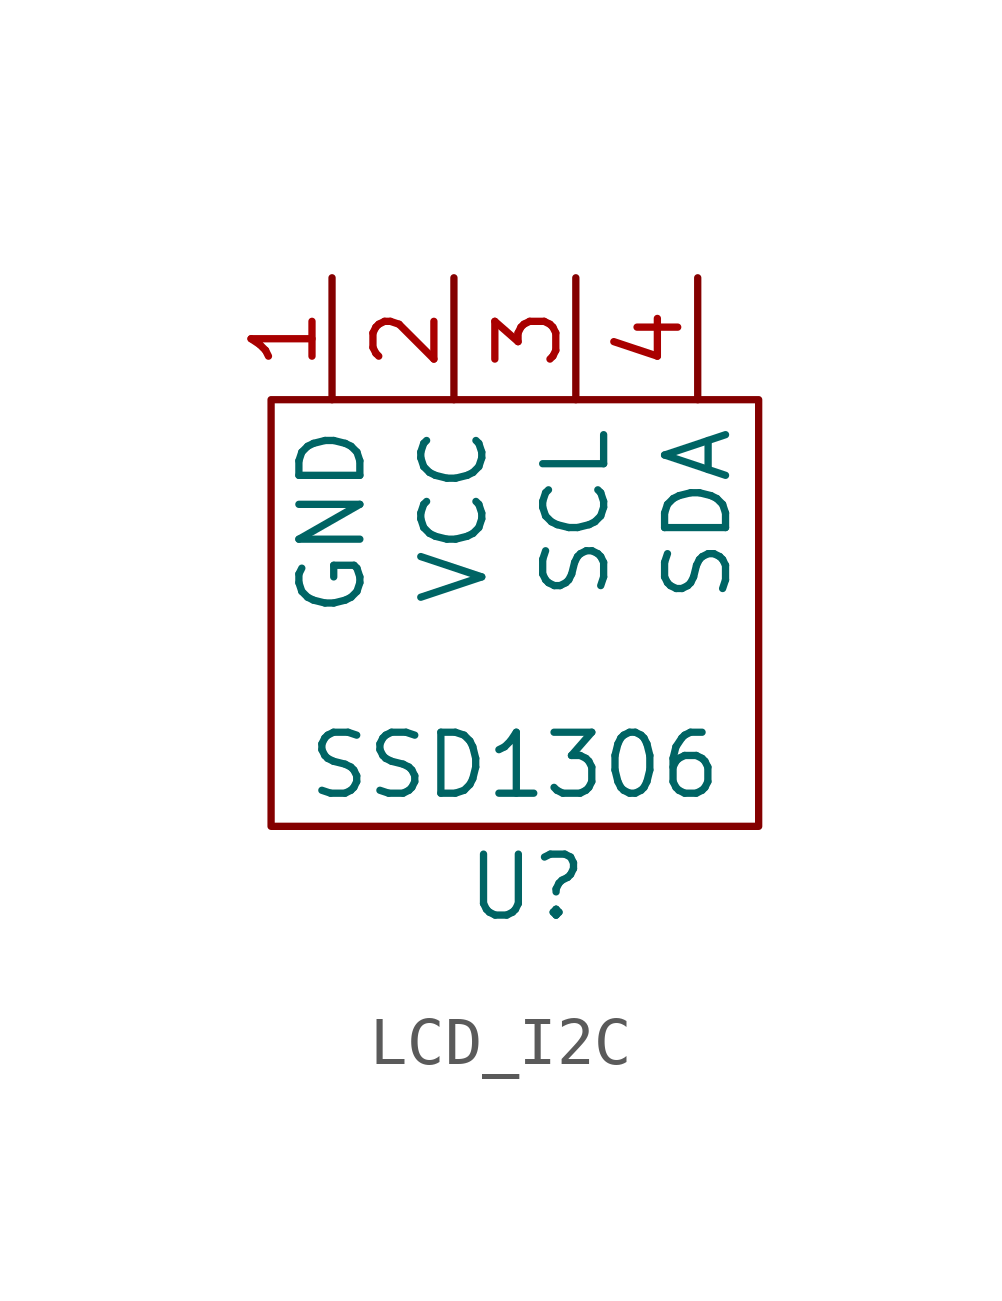
<source format=kicad_sym>
(kicad_symbol_lib
  (version 20231120)
  (generator "kicad_symbol_editor")
  (generator_version "8.0")
  (symbol "LCD_I2C"
    (property "Reference" "U"
      (at 1.524 -2.54 0)
      (effects (font (size 1.27 1.27))))
    (property "Value" "SSD1306"
      (at 1.27 0 0)
      (effects (font (size 1.27 1.27))))
    (symbol "LCD_I2C_0_1"
      (rectangle (start -3.81 7.62) (end 6.35 -1.27) (stroke (width 0) (type default)) (fill (type none))))
    (symbol "LCD_I2C_1_1"
      (pin input line (at -2.54 10.16 270) (length 2.54) (name "GND" (effects (font (size 1.27 1.27)))) (number "1" (effects (font (size 1.27 1.27)))))
      (pin input line (at 0 10.16 270) (length 2.54) (name "VCC" (effects (font (size 1.27 1.27)))) (number "2" (effects (font (size 1.27 1.27)))))
      (pin input line (at 2.54 10.16 270) (length 2.54) (name "SCL" (effects (font (size 1.27 1.27)))) (number "3" (effects (font (size 1.27 1.27)))))
      (pin input line (at 5.08 10.16 270) (length 2.54) (name "SDA" (effects (font (size 1.27 1.27)))) (number "4" (effects (font (size 1.27 1.27))))))))
</source>
